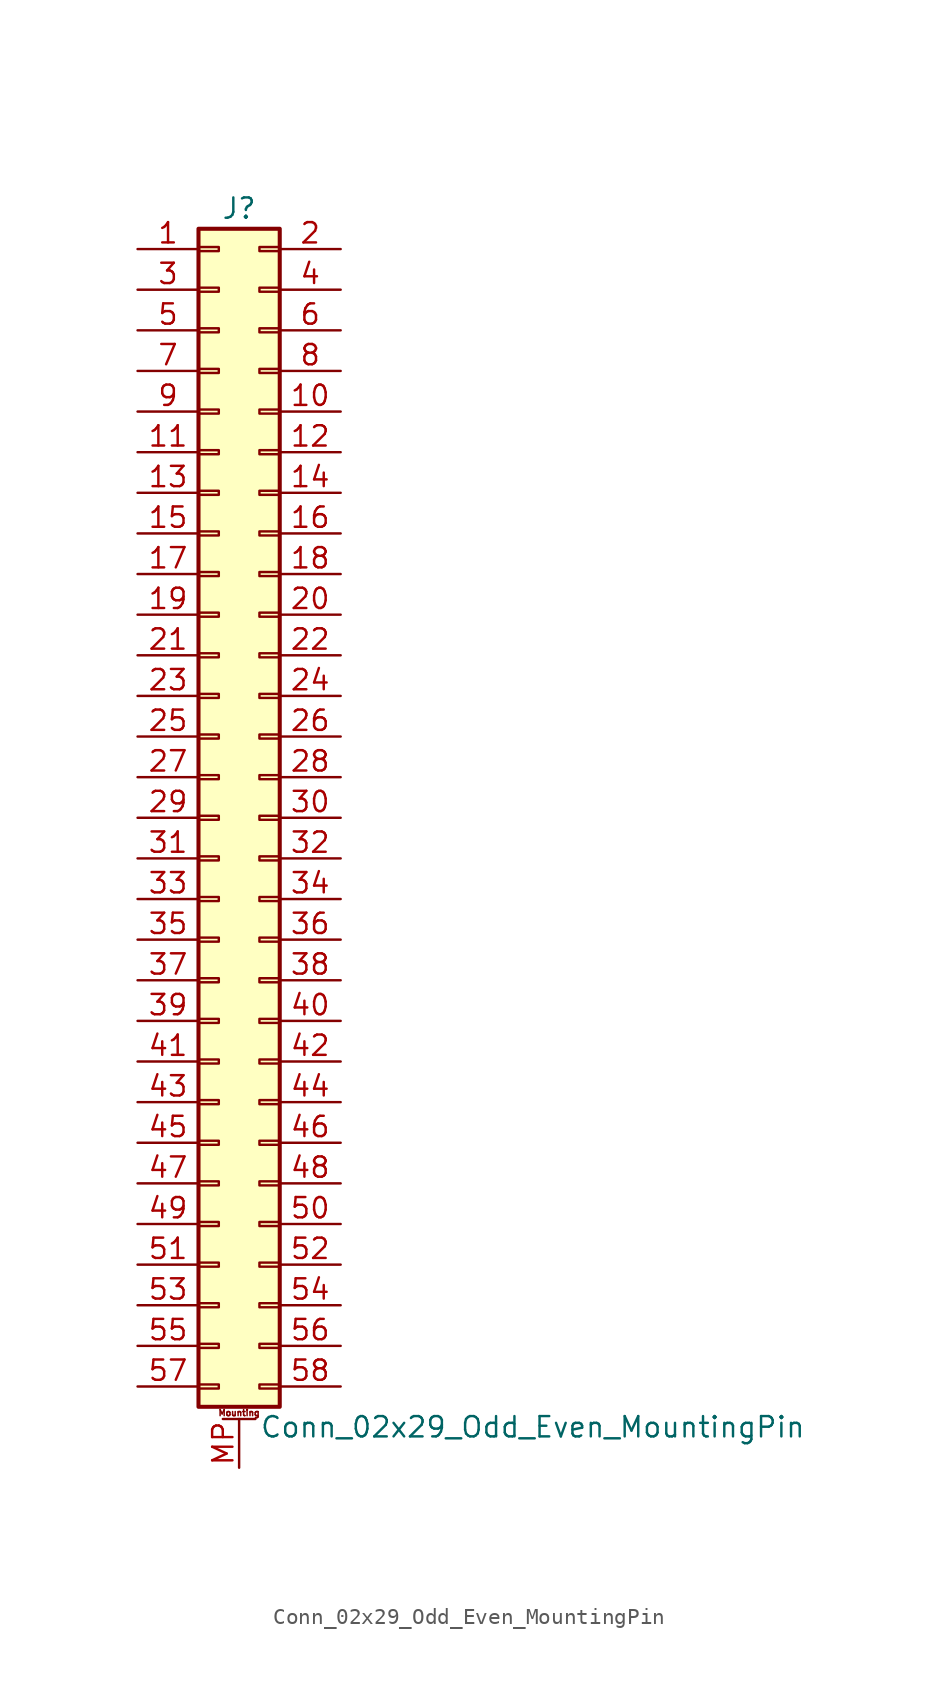
<source format=kicad_sym>
(kicad_symbol_lib
  (version 20201005)
  (generator kicad_symbol_editor)
  (symbol "Conn_02x29_Odd_Even_MountingPin"
    (pin_names
      (offset 1.016) hide)
    (property "Reference" "J"
      (at 1.27 38.1 0)
      (effects (font (size 1.27 1.27))))
    (property "Value" "Conn_02x29_Odd_Even_MountingPin"
      (at 2.54 -38.1 0)
      (effects (font (size 1.27 1.27)) (justify left)))
    (symbol "Conn_02x29_Odd_Even_MountingPin_1_1"
      (text "Mounting" (at 1.27 -37.211 0) (effects (font (size 0.381 0.381))))
      (rectangle (start -1.27 -35.433) (end 0 -35.687) (stroke (width 0.152)) (fill (type none)))
      (rectangle (start -1.27 -32.893) (end 0 -33.147) (stroke (width 0.152)) (fill (type none)))
      (rectangle (start -1.27 -30.353) (end 0 -30.607) (stroke (width 0.152)) (fill (type none)))
      (rectangle (start -1.27 -27.813) (end 0 -28.067) (stroke (width 0.152)) (fill (type none)))
      (rectangle (start -1.27 -25.273) (end 0 -25.527) (stroke (width 0.152)) (fill (type none)))
      (rectangle (start -1.27 -22.733) (end 0 -22.987) (stroke (width 0.152)) (fill (type none)))
      (rectangle (start -1.27 -20.193) (end 0 -20.447) (stroke (width 0.152)) (fill (type none)))
      (rectangle (start -1.27 -17.653) (end 0 -17.907) (stroke (width 0.152)) (fill (type none)))
      (rectangle (start -1.27 -15.113) (end 0 -15.367) (stroke (width 0.152)) (fill (type none)))
      (rectangle (start -1.27 -12.573) (end 0 -12.827) (stroke (width 0.152)) (fill (type none)))
      (rectangle (start -1.27 -10.033) (end 0 -10.287) (stroke (width 0.152)) (fill (type none)))
      (rectangle (start -1.27 -7.493) (end 0 -7.747) (stroke (width 0.152)) (fill (type none)))
      (rectangle (start -1.27 -4.953) (end 0 -5.207) (stroke (width 0.152)) (fill (type none)))
      (rectangle (start -1.27 -2.413) (end 0 -2.667) (stroke (width 0.152)) (fill (type none)))
      (rectangle (start -1.27 0.127) (end 0 -0.127) (stroke (width 0.152)) (fill (type none)))
      (rectangle (start -1.27 2.667) (end 0 2.413) (stroke (width 0.152)) (fill (type none)))
      (rectangle (start -1.27 5.207) (end 0 4.953) (stroke (width 0.152)) (fill (type none)))
      (rectangle (start -1.27 7.747) (end 0 7.493) (stroke (width 0.152)) (fill (type none)))
      (rectangle (start -1.27 10.287) (end 0 10.033) (stroke (width 0.152)) (fill (type none)))
      (rectangle (start -1.27 12.827) (end 0 12.573) (stroke (width 0.152)) (fill (type none)))
      (rectangle (start -1.27 15.367) (end 0 15.113) (stroke (width 0.152)) (fill (type none)))
      (rectangle (start -1.27 17.907) (end 0 17.653) (stroke (width 0.152)) (fill (type none)))
      (rectangle (start -1.27 20.447) (end 0 20.193) (stroke (width 0.152)) (fill (type none)))
      (rectangle (start -1.27 22.987) (end 0 22.733) (stroke (width 0.152)) (fill (type none)))
      (rectangle (start -1.27 25.527) (end 0 25.273) (stroke (width 0.152)) (fill (type none)))
      (rectangle (start -1.27 28.067) (end 0 27.813) (stroke (width 0.152)) (fill (type none)))
      (rectangle (start -1.27 30.607) (end 0 30.353) (stroke (width 0.152)) (fill (type none)))
      (rectangle (start -1.27 33.147) (end 0 32.893) (stroke (width 0.152)) (fill (type none)))
      (rectangle (start -1.27 35.687) (end 0 35.433) (stroke (width 0.152)) (fill (type none)))
      (rectangle (start 3.81 -35.433) (end 2.54 -35.687) (stroke (width 0.152)) (fill (type none)))
      (rectangle (start 3.81 -32.893) (end 2.54 -33.147) (stroke (width 0.152)) (fill (type none)))
      (rectangle (start 3.81 -30.353) (end 2.54 -30.607) (stroke (width 0.152)) (fill (type none)))
      (rectangle (start 3.81 -27.813) (end 2.54 -28.067) (stroke (width 0.152)) (fill (type none)))
      (rectangle (start 3.81 -25.273) (end 2.54 -25.527) (stroke (width 0.152)) (fill (type none)))
      (rectangle (start 3.81 -22.733) (end 2.54 -22.987) (stroke (width 0.152)) (fill (type none)))
      (rectangle (start 3.81 -20.193) (end 2.54 -20.447) (stroke (width 0.152)) (fill (type none)))
      (rectangle (start 3.81 -17.653) (end 2.54 -17.907) (stroke (width 0.152)) (fill (type none)))
      (rectangle (start 3.81 -15.113) (end 2.54 -15.367) (stroke (width 0.152)) (fill (type none)))
      (rectangle (start 3.81 -12.573) (end 2.54 -12.827) (stroke (width 0.152)) (fill (type none)))
      (rectangle (start 3.81 -10.033) (end 2.54 -10.287) (stroke (width 0.152)) (fill (type none)))
      (rectangle (start 3.81 -7.493) (end 2.54 -7.747) (stroke (width 0.152)) (fill (type none)))
      (rectangle (start 3.81 -4.953) (end 2.54 -5.207) (stroke (width 0.152)) (fill (type none)))
      (rectangle (start 3.81 -2.413) (end 2.54 -2.667) (stroke (width 0.152)) (fill (type none)))
      (rectangle (start 3.81 0.127) (end 2.54 -0.127) (stroke (width 0.152)) (fill (type none)))
      (rectangle (start 3.81 2.667) (end 2.54 2.413) (stroke (width 0.152)) (fill (type none)))
      (rectangle (start 3.81 5.207) (end 2.54 4.953) (stroke (width 0.152)) (fill (type none)))
      (rectangle (start 3.81 7.747) (end 2.54 7.493) (stroke (width 0.152)) (fill (type none)))
      (rectangle (start 3.81 10.287) (end 2.54 10.033) (stroke (width 0.152)) (fill (type none)))
      (rectangle (start 3.81 12.827) (end 2.54 12.573) (stroke (width 0.152)) (fill (type none)))
      (rectangle (start 3.81 15.367) (end 2.54 15.113) (stroke (width 0.152)) (fill (type none)))
      (rectangle (start 3.81 17.907) (end 2.54 17.653) (stroke (width 0.152)) (fill (type none)))
      (rectangle (start 3.81 20.447) (end 2.54 20.193) (stroke (width 0.152)) (fill (type none)))
      (rectangle (start 3.81 22.987) (end 2.54 22.733) (stroke (width 0.152)) (fill (type none)))
      (rectangle (start 3.81 25.527) (end 2.54 25.273) (stroke (width 0.152)) (fill (type none)))
      (rectangle (start 3.81 28.067) (end 2.54 27.813) (stroke (width 0.152)) (fill (type none)))
      (rectangle (start 3.81 30.607) (end 2.54 30.353) (stroke (width 0.152)) (fill (type none)))
      (rectangle (start 3.81 33.147) (end 2.54 32.893) (stroke (width 0.152)) (fill (type none)))
      (rectangle (start 3.81 35.687) (end 2.54 35.433) (stroke (width 0.152)) (fill (type none)))
      (rectangle (start -1.27 36.83) (end 3.81 -36.83) (stroke (width 0.254)) (fill (type background)))
      (polyline (pts (xy 0.254 -37.592) (xy 2.286 -37.592)) (stroke (width 0.152)) (fill (type none)))
      (pin passive line (at -5.08 35.56 0) (length 3.81) (name "Pin_1" (effects (font (size 1.27 1.27)))) (number "1" (effects (font (size 1.27 1.27)))))
      (pin passive line (at 7.62 25.4 180) (length 3.81) (name "Pin_10" (effects (font (size 1.27 1.27)))) (number "10" (effects (font (size 1.27 1.27)))))
      (pin passive line (at -5.08 22.86 0) (length 3.81) (name "Pin_11" (effects (font (size 1.27 1.27)))) (number "11" (effects (font (size 1.27 1.27)))))
      (pin passive line (at 7.62 22.86 180) (length 3.81) (name "Pin_12" (effects (font (size 1.27 1.27)))) (number "12" (effects (font (size 1.27 1.27)))))
      (pin passive line (at -5.08 20.32 0) (length 3.81) (name "Pin_13" (effects (font (size 1.27 1.27)))) (number "13" (effects (font (size 1.27 1.27)))))
      (pin passive line (at 7.62 20.32 180) (length 3.81) (name "Pin_14" (effects (font (size 1.27 1.27)))) (number "14" (effects (font (size 1.27 1.27)))))
      (pin passive line (at -5.08 17.78 0) (length 3.81) (name "Pin_15" (effects (font (size 1.27 1.27)))) (number "15" (effects (font (size 1.27 1.27)))))
      (pin passive line (at 7.62 17.78 180) (length 3.81) (name "Pin_16" (effects (font (size 1.27 1.27)))) (number "16" (effects (font (size 1.27 1.27)))))
      (pin passive line (at -5.08 15.24 0) (length 3.81) (name "Pin_17" (effects (font (size 1.27 1.27)))) (number "17" (effects (font (size 1.27 1.27)))))
      (pin passive line (at 7.62 15.24 180) (length 3.81) (name "Pin_18" (effects (font (size 1.27 1.27)))) (number "18" (effects (font (size 1.27 1.27)))))
      (pin passive line (at -5.08 12.7 0) (length 3.81) (name "Pin_19" (effects (font (size 1.27 1.27)))) (number "19" (effects (font (size 1.27 1.27)))))
      (pin passive line (at 7.62 35.56 180) (length 3.81) (name "Pin_2" (effects (font (size 1.27 1.27)))) (number "2" (effects (font (size 1.27 1.27)))))
      (pin passive line (at 7.62 12.7 180) (length 3.81) (name "Pin_20" (effects (font (size 1.27 1.27)))) (number "20" (effects (font (size 1.27 1.27)))))
      (pin passive line (at -5.08 10.16 0) (length 3.81) (name "Pin_21" (effects (font (size 1.27 1.27)))) (number "21" (effects (font (size 1.27 1.27)))))
      (pin passive line (at 7.62 10.16 180) (length 3.81) (name "Pin_22" (effects (font (size 1.27 1.27)))) (number "22" (effects (font (size 1.27 1.27)))))
      (pin passive line (at -5.08 7.62 0) (length 3.81) (name "Pin_23" (effects (font (size 1.27 1.27)))) (number "23" (effects (font (size 1.27 1.27)))))
      (pin passive line (at 7.62 7.62 180) (length 3.81) (name "Pin_24" (effects (font (size 1.27 1.27)))) (number "24" (effects (font (size 1.27 1.27)))))
      (pin passive line (at -5.08 5.08 0) (length 3.81) (name "Pin_25" (effects (font (size 1.27 1.27)))) (number "25" (effects (font (size 1.27 1.27)))))
      (pin passive line (at 7.62 5.08 180) (length 3.81) (name "Pin_26" (effects (font (size 1.27 1.27)))) (number "26" (effects (font (size 1.27 1.27)))))
      (pin passive line (at -5.08 2.54 0) (length 3.81) (name "Pin_27" (effects (font (size 1.27 1.27)))) (number "27" (effects (font (size 1.27 1.27)))))
      (pin passive line (at 7.62 2.54 180) (length 3.81) (name "Pin_28" (effects (font (size 1.27 1.27)))) (number "28" (effects (font (size 1.27 1.27)))))
      (pin passive line (at -5.08 0 0) (length 3.81) (name "Pin_29" (effects (font (size 1.27 1.27)))) (number "29" (effects (font (size 1.27 1.27)))))
      (pin passive line (at -5.08 33.02 0) (length 3.81) (name "Pin_3" (effects (font (size 1.27 1.27)))) (number "3" (effects (font (size 1.27 1.27)))))
      (pin passive line (at 7.62 0 180) (length 3.81) (name "Pin_30" (effects (font (size 1.27 1.27)))) (number "30" (effects (font (size 1.27 1.27)))))
      (pin passive line (at -5.08 -2.54 0) (length 3.81) (name "Pin_31" (effects (font (size 1.27 1.27)))) (number "31" (effects (font (size 1.27 1.27)))))
      (pin passive line (at 7.62 -2.54 180) (length 3.81) (name "Pin_32" (effects (font (size 1.27 1.27)))) (number "32" (effects (font (size 1.27 1.27)))))
      (pin passive line (at -5.08 -5.08 0) (length 3.81) (name "Pin_33" (effects (font (size 1.27 1.27)))) (number "33" (effects (font (size 1.27 1.27)))))
      (pin passive line (at 7.62 -5.08 180) (length 3.81) (name "Pin_34" (effects (font (size 1.27 1.27)))) (number "34" (effects (font (size 1.27 1.27)))))
      (pin passive line (at -5.08 -7.62 0) (length 3.81) (name "Pin_35" (effects (font (size 1.27 1.27)))) (number "35" (effects (font (size 1.27 1.27)))))
      (pin passive line (at 7.62 -7.62 180) (length 3.81) (name "Pin_36" (effects (font (size 1.27 1.27)))) (number "36" (effects (font (size 1.27 1.27)))))
      (pin passive line (at -5.08 -10.16 0) (length 3.81) (name "Pin_37" (effects (font (size 1.27 1.27)))) (number "37" (effects (font (size 1.27 1.27)))))
      (pin passive line (at 7.62 -10.16 180) (length 3.81) (name "Pin_38" (effects (font (size 1.27 1.27)))) (number "38" (effects (font (size 1.27 1.27)))))
      (pin passive line (at -5.08 -12.7 0) (length 3.81) (name "Pin_39" (effects (font (size 1.27 1.27)))) (number "39" (effects (font (size 1.27 1.27)))))
      (pin passive line (at 7.62 33.02 180) (length 3.81) (name "Pin_4" (effects (font (size 1.27 1.27)))) (number "4" (effects (font (size 1.27 1.27)))))
      (pin passive line (at 7.62 -12.7 180) (length 3.81) (name "Pin_40" (effects (font (size 1.27 1.27)))) (number "40" (effects (font (size 1.27 1.27)))))
      (pin passive line (at -5.08 -15.24 0) (length 3.81) (name "Pin_41" (effects (font (size 1.27 1.27)))) (number "41" (effects (font (size 1.27 1.27)))))
      (pin passive line (at 7.62 -15.24 180) (length 3.81) (name "Pin_42" (effects (font (size 1.27 1.27)))) (number "42" (effects (font (size 1.27 1.27)))))
      (pin passive line (at -5.08 -17.78 0) (length 3.81) (name "Pin_43" (effects (font (size 1.27 1.27)))) (number "43" (effects (font (size 1.27 1.27)))))
      (pin passive line (at 7.62 -17.78 180) (length 3.81) (name "Pin_44" (effects (font (size 1.27 1.27)))) (number "44" (effects (font (size 1.27 1.27)))))
      (pin passive line (at -5.08 -20.32 0) (length 3.81) (name "Pin_45" (effects (font (size 1.27 1.27)))) (number "45" (effects (font (size 1.27 1.27)))))
      (pin passive line (at 7.62 -20.32 180) (length 3.81) (name "Pin_46" (effects (font (size 1.27 1.27)))) (number "46" (effects (font (size 1.27 1.27)))))
      (pin passive line (at -5.08 -22.86 0) (length 3.81) (name "Pin_47" (effects (font (size 1.27 1.27)))) (number "47" (effects (font (size 1.27 1.27)))))
      (pin passive line (at 7.62 -22.86 180) (length 3.81) (name "Pin_48" (effects (font (size 1.27 1.27)))) (number "48" (effects (font (size 1.27 1.27)))))
      (pin passive line (at -5.08 -25.4 0) (length 3.81) (name "Pin_49" (effects (font (size 1.27 1.27)))) (number "49" (effects (font (size 1.27 1.27)))))
      (pin passive line (at -5.08 30.48 0) (length 3.81) (name "Pin_5" (effects (font (size 1.27 1.27)))) (number "5" (effects (font (size 1.27 1.27)))))
      (pin passive line (at 7.62 -25.4 180) (length 3.81) (name "Pin_50" (effects (font (size 1.27 1.27)))) (number "50" (effects (font (size 1.27 1.27)))))
      (pin passive line (at -5.08 -27.94 0) (length 3.81) (name "Pin_51" (effects (font (size 1.27 1.27)))) (number "51" (effects (font (size 1.27 1.27)))))
      (pin passive line (at 7.62 -27.94 180) (length 3.81) (name "Pin_52" (effects (font (size 1.27 1.27)))) (number "52" (effects (font (size 1.27 1.27)))))
      (pin passive line (at -5.08 -30.48 0) (length 3.81) (name "Pin_53" (effects (font (size 1.27 1.27)))) (number "53" (effects (font (size 1.27 1.27)))))
      (pin passive line (at 7.62 -30.48 180) (length 3.81) (name "Pin_54" (effects (font (size 1.27 1.27)))) (number "54" (effects (font (size 1.27 1.27)))))
      (pin passive line (at -5.08 -33.02 0) (length 3.81) (name "Pin_55" (effects (font (size 1.27 1.27)))) (number "55" (effects (font (size 1.27 1.27)))))
      (pin passive line (at 7.62 -33.02 180) (length 3.81) (name "Pin_56" (effects (font (size 1.27 1.27)))) (number "56" (effects (font (size 1.27 1.27)))))
      (pin passive line (at -5.08 -35.56 0) (length 3.81) (name "Pin_57" (effects (font (size 1.27 1.27)))) (number "57" (effects (font (size 1.27 1.27)))))
      (pin passive line (at 7.62 -35.56 180) (length 3.81) (name "Pin_58" (effects (font (size 1.27 1.27)))) (number "58" (effects (font (size 1.27 1.27)))))
      (pin passive line (at 7.62 30.48 180) (length 3.81) (name "Pin_6" (effects (font (size 1.27 1.27)))) (number "6" (effects (font (size 1.27 1.27)))))
      (pin passive line (at -5.08 27.94 0) (length 3.81) (name "Pin_7" (effects (font (size 1.27 1.27)))) (number "7" (effects (font (size 1.27 1.27)))))
      (pin passive line (at 7.62 27.94 180) (length 3.81) (name "Pin_8" (effects (font (size 1.27 1.27)))) (number "8" (effects (font (size 1.27 1.27)))))
      (pin passive line (at -5.08 25.4 0) (length 3.81) (name "Pin_9" (effects (font (size 1.27 1.27)))) (number "9" (effects (font (size 1.27 1.27)))))
      (pin passive line (at 1.27 -40.64 90) (length 3.048) (name "MountPin" (effects (font (size 1.27 1.27)))) (number "MP" (effects (font (size 1.27 1.27))))))))
</source>
